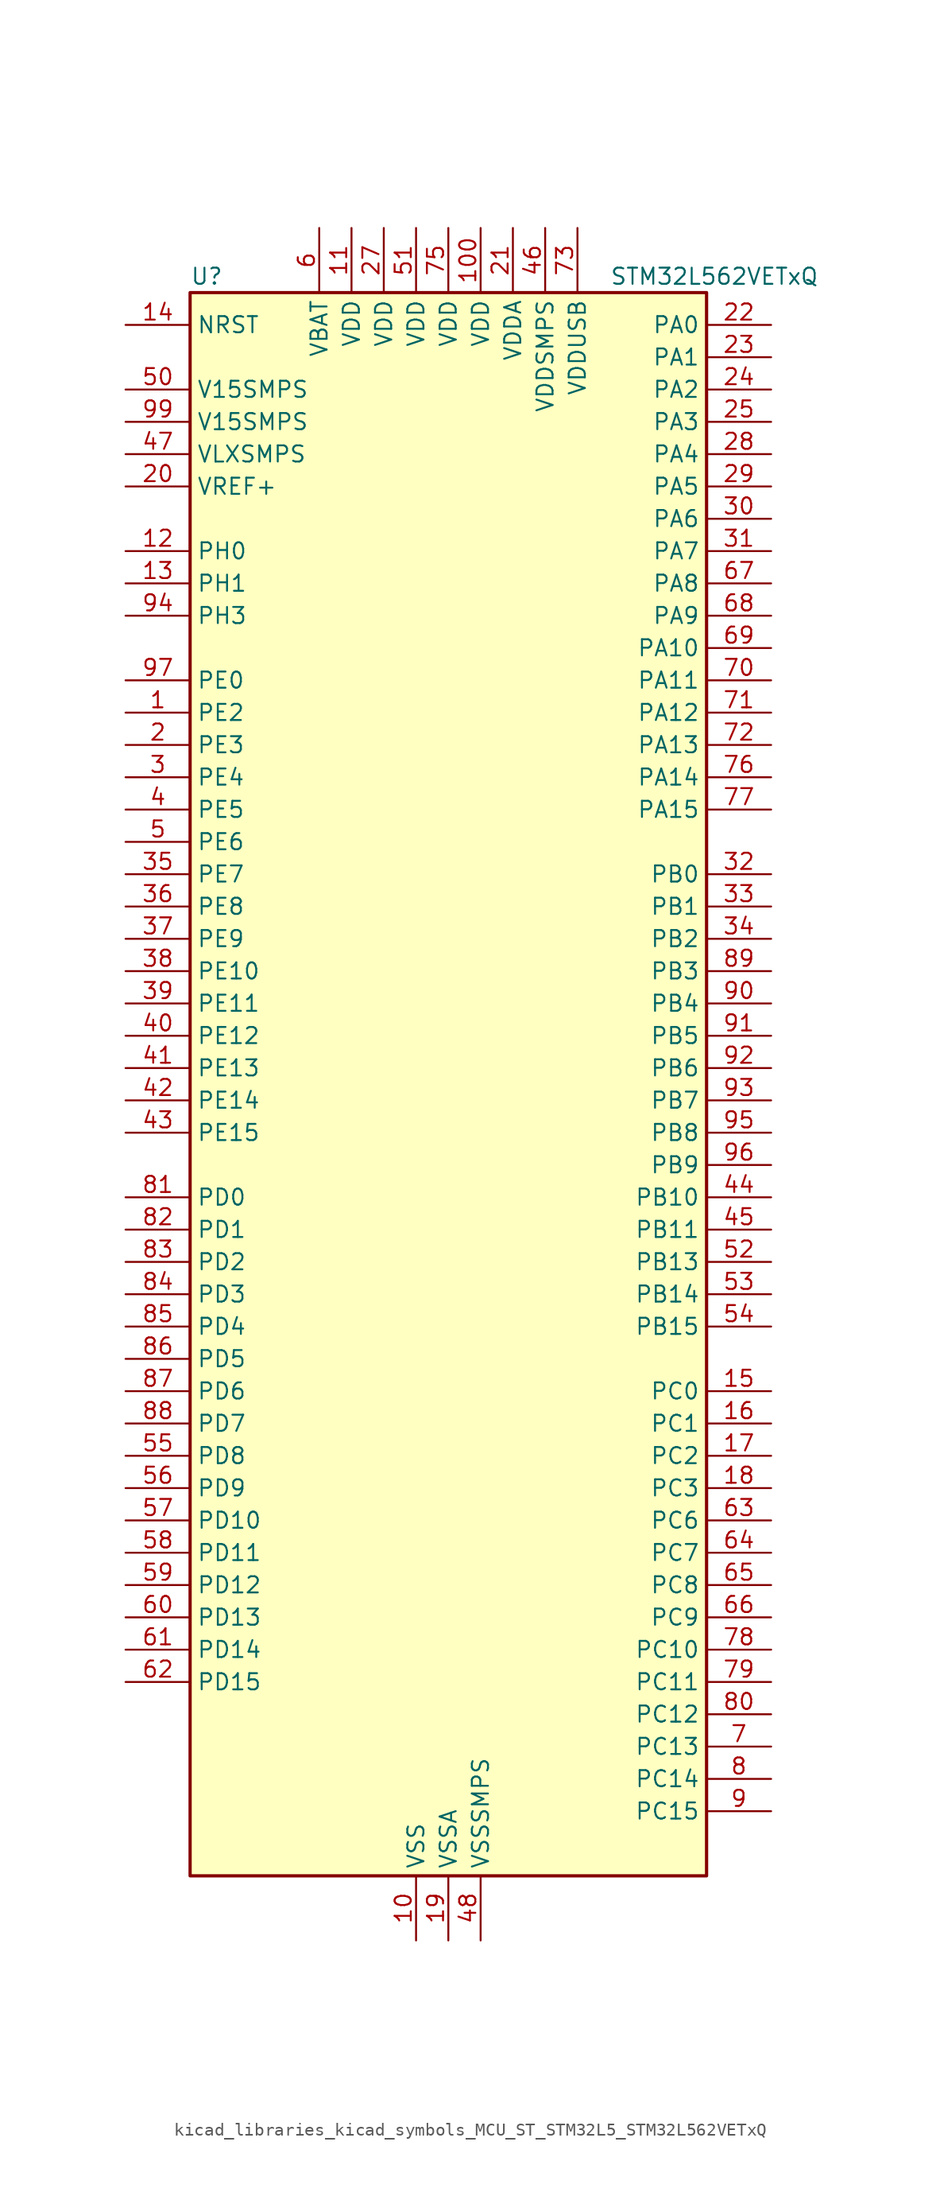
<source format=kicad_sym>
(kicad_symbol_lib
  (version 20220914)
  (generator kicad_symbol_editor)
  (symbol "kicad_libraries_kicad_symbols_MCU_ST_STM32L5_STM32L562VETxQ"
    (property "Reference" "U"
      (at -20.32 64.77 0)
      (effects (font (size 1.27 1.27)) (justify left)))
    (property "Value" "STM32L562VETxQ"
      (at 12.7 64.77 0)
      (effects (font (size 1.27 1.27)) (justify left)))
    (property "ki_locked" ""
      (at 0 0 0)
      (effects (font (size 1.27 1.27))))
    (symbol "kicad_libraries_kicad_symbols_MCU_ST_STM32L5_STM32L562VETxQ_0_1"
      (rectangle (start -20.32 -60.96) (end 20.32 63.5) (stroke (width 0.254) (type default)) (fill (type background))))
    (symbol "kicad_libraries_kicad_symbols_MCU_ST_STM32L5_STM32L562VETxQ_1_1"
      (pin bidirectional line (at -25.4 30.48 0) (length 5.08) (name "PE2" (effects (font (size 1.27 1.27)))) (number "1" (effects (font (size 1.27 1.27)))) (alternate "DEBUG_TRACECLK" bidirectional line) (alternate "FMC_A23" bidirectional line) (alternate "SAI1_CK1" bidirectional line) (alternate "SAI1_MCLK_A" bidirectional line) (alternate "TIM3_ETR" bidirectional line) (alternate "TSC_G7_IO1" bidirectional line))
      (pin power_in line (at -2.54 -66.04 90) (length 5.08) (name "VSS" (effects (font (size 1.27 1.27)))) (number "10" (effects (font (size 1.27 1.27)))))
      (pin power_in line (at 2.54 68.58 270) (length 5.08) (name "VDD" (effects (font (size 1.27 1.27)))) (number "100" (effects (font (size 1.27 1.27)))))
      (pin power_in line (at -7.62 68.58 270) (length 5.08) (name "VDD" (effects (font (size 1.27 1.27)))) (number "11" (effects (font (size 1.27 1.27)))))
      (pin bidirectional line (at -25.4 43.18 0) (length 5.08) (name "PH0" (effects (font (size 1.27 1.27)))) (number "12" (effects (font (size 1.27 1.27)))) (alternate "RCC_OSC_IN" bidirectional line))
      (pin bidirectional line (at -25.4 40.64 0) (length 5.08) (name "PH1" (effects (font (size 1.27 1.27)))) (number "13" (effects (font (size 1.27 1.27)))) (alternate "RCC_OSC_OUT" bidirectional line))
      (pin input line (at -25.4 60.96 0) (length 5.08) (name "NRST" (effects (font (size 1.27 1.27)))) (number "14" (effects (font (size 1.27 1.27)))))
      (pin bidirectional line (at 25.4 -22.86 180) (length 5.08) (name "PC0" (effects (font (size 1.27 1.27)))) (number "15" (effects (font (size 1.27 1.27)))) (alternate "ADC1_IN1" bidirectional line) (alternate "ADC2_IN1" bidirectional line) (alternate "I2C3_SCL" bidirectional line) (alternate "LPTIM1_IN1" bidirectional line) (alternate "LPTIM2_IN1" bidirectional line) (alternate "LPUART1_RX" bidirectional line) (alternate "OCTOSPI1_IO7" bidirectional line) (alternate "SAI2_FS_A" bidirectional line) (alternate "SDMMC1_D5" bidirectional line))
      (pin bidirectional line (at 25.4 -25.4 180) (length 5.08) (name "PC1" (effects (font (size 1.27 1.27)))) (number "16" (effects (font (size 1.27 1.27)))) (alternate "ADC1_IN2" bidirectional line) (alternate "ADC2_IN2" bidirectional line) (alternate "DEBUG_TRACED0" bidirectional line) (alternate "I2C3_SDA" bidirectional line) (alternate "LPTIM1_OUT" bidirectional line) (alternate "LPUART1_TX" bidirectional line) (alternate "OCTOSPI1_IO4" bidirectional line) (alternate "SAI1_SD_A" bidirectional line) (alternate "SPI2_MOSI" bidirectional line))
      (pin bidirectional line (at 25.4 -27.94 180) (length 5.08) (name "PC2" (effects (font (size 1.27 1.27)))) (number "17" (effects (font (size 1.27 1.27)))) (alternate "ADC1_IN3" bidirectional line) (alternate "ADC2_IN3" bidirectional line) (alternate "DFSDM1_CKOUT" bidirectional line) (alternate "LPTIM1_IN2" bidirectional line) (alternate "OCTOSPI1_IO5" bidirectional line) (alternate "SPI2_MISO" bidirectional line))
      (pin bidirectional line (at 25.4 -30.48 180) (length 5.08) (name "PC3" (effects (font (size 1.27 1.27)))) (number "18" (effects (font (size 1.27 1.27)))) (alternate "ADC1_IN4" bidirectional line) (alternate "ADC2_IN4" bidirectional line) (alternate "LPTIM1_ETR" bidirectional line) (alternate "LPTIM2_ETR" bidirectional line) (alternate "LPTIM3_OUT" bidirectional line) (alternate "OCTOSPI1_IO6" bidirectional line) (alternate "SAI1_D1" bidirectional line) (alternate "SAI1_SD_A" bidirectional line) (alternate "SPI2_MOSI" bidirectional line))
      (pin power_in line (at 0 -66.04 90) (length 5.08) (name "VSSA" (effects (font (size 1.27 1.27)))) (number "19" (effects (font (size 1.27 1.27)))))
      (pin bidirectional line (at -25.4 27.94 0) (length 5.08) (name "PE3" (effects (font (size 1.27 1.27)))) (number "2" (effects (font (size 1.27 1.27)))) (alternate "DEBUG_TRACED0" bidirectional line) (alternate "FMC_A19" bidirectional line) (alternate "OCTOSPI1_DQS" bidirectional line) (alternate "SAI1_SD_B" bidirectional line) (alternate "TIM3_CH1" bidirectional line) (alternate "TSC_G7_IO2" bidirectional line))
      (pin input line (at -25.4 48.26 0) (length 5.08) (name "VREF+" (effects (font (size 1.27 1.27)))) (number "20" (effects (font (size 1.27 1.27)))))
      (pin power_in line (at 5.08 68.58 270) (length 5.08) (name "VDDA" (effects (font (size 1.27 1.27)))) (number "21" (effects (font (size 1.27 1.27)))))
      (pin bidirectional line (at 25.4 60.96 180) (length 5.08) (name "PA0" (effects (font (size 1.27 1.27)))) (number "22" (effects (font (size 1.27 1.27)))) (alternate "ADC1_IN5" bidirectional line) (alternate "ADC2_IN5" bidirectional line) (alternate "OPAMP1_VINP" bidirectional line) (alternate "PWR_WKUP1" bidirectional line) (alternate "SAI1_EXTCLK" bidirectional line) (alternate "TAMP_IN2" bidirectional line) (alternate "TAMP_OUT1" bidirectional line) (alternate "TIM2_CH1" bidirectional line) (alternate "TIM2_ETR" bidirectional line) (alternate "TIM5_CH1" bidirectional line) (alternate "TIM8_ETR" bidirectional line) (alternate "UART4_TX" bidirectional line) (alternate "USART2_CTS" bidirectional line) (alternate "USART2_NSS" bidirectional line))
      (pin bidirectional line (at 25.4 58.42 180) (length 5.08) (name "PA1" (effects (font (size 1.27 1.27)))) (number "23" (effects (font (size 1.27 1.27)))) (alternate "ADC1_IN6" bidirectional line) (alternate "ADC2_IN6" bidirectional line) (alternate "I2C1_SMBA" bidirectional line) (alternate "OCTOSPI1_DQS" bidirectional line) (alternate "OPAMP1_VINM" bidirectional line) (alternate "SPI1_SCK" bidirectional line) (alternate "TAMP_IN5" bidirectional line) (alternate "TAMP_OUT4" bidirectional line) (alternate "TIM15_CH1N" bidirectional line) (alternate "TIM2_CH2" bidirectional line) (alternate "TIM5_CH2" bidirectional line) (alternate "UART4_RX" bidirectional line) (alternate "USART2_DE" bidirectional line) (alternate "USART2_RTS" bidirectional line))
      (pin bidirectional line (at 25.4 55.88 180) (length 5.08) (name "PA2" (effects (font (size 1.27 1.27)))) (number "24" (effects (font (size 1.27 1.27)))) (alternate "ADC1_IN7" bidirectional line) (alternate "ADC2_IN7" bidirectional line) (alternate "COMP1_INP" bidirectional line) (alternate "LPUART1_TX" bidirectional line) (alternate "OCTOSPI1_NCS" bidirectional line) (alternate "PWR_WKUP4" bidirectional line) (alternate "RCC_LSCO" bidirectional line) (alternate "SAI2_EXTCLK" bidirectional line) (alternate "TIM15_CH1" bidirectional line) (alternate "TIM2_CH3" bidirectional line) (alternate "TIM5_CH3" bidirectional line) (alternate "UCPD1_FRSTX1" bidirectional line) (alternate "USART2_TX" bidirectional line))
      (pin bidirectional line (at 25.4 53.34 180) (length 5.08) (name "PA3" (effects (font (size 1.27 1.27)))) (number "25" (effects (font (size 1.27 1.27)))) (alternate "ADC1_IN8" bidirectional line) (alternate "ADC2_IN8" bidirectional line) (alternate "LPUART1_RX" bidirectional line) (alternate "OCTOSPI1_CLK" bidirectional line) (alternate "OPAMP1_VOUT" bidirectional line) (alternate "SAI1_CK1" bidirectional line) (alternate "SAI1_MCLK_A" bidirectional line) (alternate "TIM15_CH2" bidirectional line) (alternate "TIM2_CH4" bidirectional line) (alternate "TIM5_CH4" bidirectional line) (alternate "USART2_RX" bidirectional line))
      (pin passive line (at -2.54 -66.04 90) (length 5.08) hide (name "VSS" (effects (font (size 1.27 1.27)))) (number "26" (effects (font (size 1.27 1.27)))))
      (pin power_in line (at -5.08 68.58 270) (length 5.08) (name "VDD" (effects (font (size 1.27 1.27)))) (number "27" (effects (font (size 1.27 1.27)))))
      (pin bidirectional line (at 25.4 50.8 180) (length 5.08) (name "PA4" (effects (font (size 1.27 1.27)))) (number "28" (effects (font (size 1.27 1.27)))) (alternate "ADC1_IN9" bidirectional line) (alternate "ADC2_IN9" bidirectional line) (alternate "DAC1_OUT1" bidirectional line) (alternate "LPTIM2_OUT" bidirectional line) (alternate "OCTOSPI1_NCS" bidirectional line) (alternate "SAI1_FS_B" bidirectional line) (alternate "SPI1_NSS" bidirectional line) (alternate "SPI3_NSS" bidirectional line) (alternate "USART2_CK" bidirectional line))
      (pin bidirectional line (at 25.4 48.26 180) (length 5.08) (name "PA5" (effects (font (size 1.27 1.27)))) (number "29" (effects (font (size 1.27 1.27)))) (alternate "ADC1_IN10" bidirectional line) (alternate "ADC2_IN10" bidirectional line) (alternate "DAC1_OUT2" bidirectional line) (alternate "LPTIM2_ETR" bidirectional line) (alternate "SPI1_SCK" bidirectional line) (alternate "TIM2_CH1" bidirectional line) (alternate "TIM2_ETR" bidirectional line) (alternate "TIM8_CH1N" bidirectional line))
      (pin bidirectional line (at -25.4 25.4 0) (length 5.08) (name "PE4" (effects (font (size 1.27 1.27)))) (number "3" (effects (font (size 1.27 1.27)))) (alternate "DEBUG_TRACED1" bidirectional line) (alternate "DFSDM1_DATIN3" bidirectional line) (alternate "FMC_A20" bidirectional line) (alternate "SAI1_D2" bidirectional line) (alternate "SAI1_FS_A" bidirectional line) (alternate "TIM3_CH2" bidirectional line) (alternate "TSC_G7_IO3" bidirectional line))
      (pin bidirectional line (at 25.4 45.72 180) (length 5.08) (name "PA6" (effects (font (size 1.27 1.27)))) (number "30" (effects (font (size 1.27 1.27)))) (alternate "ADC1_IN11" bidirectional line) (alternate "ADC2_IN11" bidirectional line) (alternate "LPUART1_CTS" bidirectional line) (alternate "OCTOSPI1_IO3" bidirectional line) (alternate "OPAMP2_VINP" bidirectional line) (alternate "SPI1_MISO" bidirectional line) (alternate "TIM16_CH1" bidirectional line) (alternate "TIM1_BKIN" bidirectional line) (alternate "TIM3_CH1" bidirectional line) (alternate "TIM8_BKIN" bidirectional line) (alternate "USART3_CTS" bidirectional line) (alternate "USART3_NSS" bidirectional line))
      (pin bidirectional line (at 25.4 43.18 180) (length 5.08) (name "PA7" (effects (font (size 1.27 1.27)))) (number "31" (effects (font (size 1.27 1.27)))) (alternate "ADC1_IN12" bidirectional line) (alternate "ADC2_IN12" bidirectional line) (alternate "I2C3_SCL" bidirectional line) (alternate "OCTOSPI1_IO2" bidirectional line) (alternate "OPAMP2_VINM" bidirectional line) (alternate "SPI1_MOSI" bidirectional line) (alternate "TIM17_CH1" bidirectional line) (alternate "TIM1_CH1N" bidirectional line) (alternate "TIM3_CH2" bidirectional line) (alternate "TIM8_CH1N" bidirectional line))
      (pin bidirectional line (at 25.4 17.78 180) (length 5.08) (name "PB0" (effects (font (size 1.27 1.27)))) (number "32" (effects (font (size 1.27 1.27)))) (alternate "ADC1_IN15" bidirectional line) (alternate "ADC2_IN15" bidirectional line) (alternate "COMP1_OUT" bidirectional line) (alternate "OCTOSPI1_IO1" bidirectional line) (alternate "OPAMP2_VOUT" bidirectional line) (alternate "SAI1_EXTCLK" bidirectional line) (alternate "SPI1_NSS" bidirectional line) (alternate "TIM1_CH2N" bidirectional line) (alternate "TIM3_CH3" bidirectional line) (alternate "TIM8_CH2N" bidirectional line) (alternate "USART3_CK" bidirectional line))
      (pin bidirectional line (at 25.4 15.24 180) (length 5.08) (name "PB1" (effects (font (size 1.27 1.27)))) (number "33" (effects (font (size 1.27 1.27)))) (alternate "ADC1_IN16" bidirectional line) (alternate "ADC2_IN16" bidirectional line) (alternate "COMP1_INM" bidirectional line) (alternate "DFSDM1_DATIN0" bidirectional line) (alternate "LPTIM2_IN1" bidirectional line) (alternate "LPUART1_DE" bidirectional line) (alternate "LPUART1_RTS" bidirectional line) (alternate "OCTOSPI1_IO0" bidirectional line) (alternate "TIM1_CH3N" bidirectional line) (alternate "TIM3_CH4" bidirectional line) (alternate "TIM8_CH3N" bidirectional line) (alternate "USART3_DE" bidirectional line) (alternate "USART3_RTS" bidirectional line))
      (pin bidirectional line (at 25.4 12.7 180) (length 5.08) (name "PB2" (effects (font (size 1.27 1.27)))) (number "34" (effects (font (size 1.27 1.27)))) (alternate "COMP1_INP" bidirectional line) (alternate "DFSDM1_CKIN0" bidirectional line) (alternate "I2C3_SMBA" bidirectional line) (alternate "LPTIM1_OUT" bidirectional line) (alternate "OCTOSPI1_DQS" bidirectional line) (alternate "RTC_OUT2" bidirectional line) (alternate "UCPD1_FRSTX1" bidirectional line))
      (pin bidirectional line (at -25.4 17.78 0) (length 5.08) (name "PE7" (effects (font (size 1.27 1.27)))) (number "35" (effects (font (size 1.27 1.27)))) (alternate "DFSDM1_DATIN2" bidirectional line) (alternate "FMC_D4" bidirectional line) (alternate "FMC_DA4" bidirectional line) (alternate "SAI1_SD_B" bidirectional line) (alternate "TIM1_ETR" bidirectional line))
      (pin bidirectional line (at -25.4 15.24 0) (length 5.08) (name "PE8" (effects (font (size 1.27 1.27)))) (number "36" (effects (font (size 1.27 1.27)))) (alternate "DFSDM1_CKIN2" bidirectional line) (alternate "FMC_D5" bidirectional line) (alternate "FMC_DA5" bidirectional line) (alternate "SAI1_SCK_B" bidirectional line) (alternate "TIM1_CH1N" bidirectional line))
      (pin bidirectional line (at -25.4 12.7 0) (length 5.08) (name "PE9" (effects (font (size 1.27 1.27)))) (number "37" (effects (font (size 1.27 1.27)))) (alternate "DAC1_EXTI9" bidirectional line) (alternate "DFSDM1_CKOUT" bidirectional line) (alternate "FMC_D6" bidirectional line) (alternate "FMC_DA6" bidirectional line) (alternate "OCTOSPI1_NCLK" bidirectional line) (alternate "SAI1_FS_B" bidirectional line) (alternate "TIM1_CH1" bidirectional line))
      (pin bidirectional line (at -25.4 10.16 0) (length 5.08) (name "PE10" (effects (font (size 1.27 1.27)))) (number "38" (effects (font (size 1.27 1.27)))) (alternate "FMC_D7" bidirectional line) (alternate "FMC_DA7" bidirectional line) (alternate "OCTOSPI1_CLK" bidirectional line) (alternate "SAI1_MCLK_B" bidirectional line) (alternate "TIM1_CH2N" bidirectional line) (alternate "TSC_G5_IO1" bidirectional line))
      (pin bidirectional line (at -25.4 7.62 0) (length 5.08) (name "PE11" (effects (font (size 1.27 1.27)))) (number "39" (effects (font (size 1.27 1.27)))) (alternate "ADC1_EXTI11" bidirectional line) (alternate "ADC2_EXTI11" bidirectional line) (alternate "FMC_D8" bidirectional line) (alternate "FMC_DA8" bidirectional line) (alternate "OCTOSPI1_NCS" bidirectional line) (alternate "TIM1_CH2" bidirectional line) (alternate "TSC_G5_IO2" bidirectional line))
      (pin bidirectional line (at -25.4 22.86 0) (length 5.08) (name "PE5" (effects (font (size 1.27 1.27)))) (number "4" (effects (font (size 1.27 1.27)))) (alternate "DEBUG_TRACED2" bidirectional line) (alternate "DFSDM1_CKIN3" bidirectional line) (alternate "FMC_A21" bidirectional line) (alternate "SAI1_CK2" bidirectional line) (alternate "SAI1_SCK_A" bidirectional line) (alternate "TIM3_CH3" bidirectional line) (alternate "TSC_G7_IO4" bidirectional line))
      (pin bidirectional line (at -25.4 5.08 0) (length 5.08) (name "PE12" (effects (font (size 1.27 1.27)))) (number "40" (effects (font (size 1.27 1.27)))) (alternate "FMC_D9" bidirectional line) (alternate "FMC_DA9" bidirectional line) (alternate "OCTOSPI1_IO0" bidirectional line) (alternate "SPI1_NSS" bidirectional line) (alternate "TIM1_CH3N" bidirectional line) (alternate "TSC_G5_IO3" bidirectional line))
      (pin bidirectional line (at -25.4 2.54 0) (length 5.08) (name "PE13" (effects (font (size 1.27 1.27)))) (number "41" (effects (font (size 1.27 1.27)))) (alternate "FMC_D10" bidirectional line) (alternate "FMC_DA10" bidirectional line) (alternate "OCTOSPI1_IO1" bidirectional line) (alternate "SPI1_SCK" bidirectional line) (alternate "TIM1_CH3" bidirectional line) (alternate "TSC_G5_IO4" bidirectional line))
      (pin bidirectional line (at -25.4 0 0) (length 5.08) (name "PE14" (effects (font (size 1.27 1.27)))) (number "42" (effects (font (size 1.27 1.27)))) (alternate "FMC_D11" bidirectional line) (alternate "FMC_DA11" bidirectional line) (alternate "OCTOSPI1_IO2" bidirectional line) (alternate "SPI1_MISO" bidirectional line) (alternate "TIM1_BKIN2" bidirectional line) (alternate "TIM1_CH4" bidirectional line))
      (pin bidirectional line (at -25.4 -2.54 0) (length 5.08) (name "PE15" (effects (font (size 1.27 1.27)))) (number "43" (effects (font (size 1.27 1.27)))) (alternate "ADC1_EXTI15" bidirectional line) (alternate "ADC2_EXTI15" bidirectional line) (alternate "FMC_D12" bidirectional line) (alternate "FMC_DA12" bidirectional line) (alternate "OCTOSPI1_IO3" bidirectional line) (alternate "SPI1_MOSI" bidirectional line) (alternate "TIM1_BKIN" bidirectional line))
      (pin bidirectional line (at 25.4 -7.62 180) (length 5.08) (name "PB10" (effects (font (size 1.27 1.27)))) (number "44" (effects (font (size 1.27 1.27)))) (alternate "COMP1_OUT" bidirectional line) (alternate "I2C2_SCL" bidirectional line) (alternate "I2C4_SCL" bidirectional line) (alternate "LPTIM3_OUT" bidirectional line) (alternate "LPUART1_RX" bidirectional line) (alternate "OCTOSPI1_CLK" bidirectional line) (alternate "SAI1_SCK_A" bidirectional line) (alternate "SPI2_SCK" bidirectional line) (alternate "TIM2_CH3" bidirectional line) (alternate "TSC_SYNC" bidirectional line) (alternate "USART3_TX" bidirectional line))
      (pin bidirectional line (at 25.4 -10.16 180) (length 5.08) (name "PB11" (effects (font (size 1.27 1.27)))) (number "45" (effects (font (size 1.27 1.27)))) (alternate "ADC1_EXTI11" bidirectional line) (alternate "ADC2_EXTI11" bidirectional line) (alternate "COMP2_OUT" bidirectional line) (alternate "I2C2_SDA" bidirectional line) (alternate "I2C4_SDA" bidirectional line) (alternate "LPUART1_TX" bidirectional line) (alternate "OCTOSPI1_NCS" bidirectional line) (alternate "TIM2_CH4" bidirectional line) (alternate "USART3_RX" bidirectional line))
      (pin power_in line (at 7.62 68.58 270) (length 5.08) (name "VDDSMPS" (effects (font (size 1.27 1.27)))) (number "46" (effects (font (size 1.27 1.27)))))
      (pin power_in line (at -25.4 50.8 0) (length 5.08) (name "VLXSMPS" (effects (font (size 1.27 1.27)))) (number "47" (effects (font (size 1.27 1.27)))))
      (pin power_in line (at 2.54 -66.04 90) (length 5.08) (name "VSSSMPS" (effects (font (size 1.27 1.27)))) (number "48" (effects (font (size 1.27 1.27)))))
      (pin passive line (at -2.54 -66.04 90) (length 5.08) hide (name "VSS" (effects (font (size 1.27 1.27)))) (number "49" (effects (font (size 1.27 1.27)))))
      (pin bidirectional line (at -25.4 20.32 0) (length 5.08) (name "PE6" (effects (font (size 1.27 1.27)))) (number "5" (effects (font (size 1.27 1.27)))) (alternate "DEBUG_TRACED3" bidirectional line) (alternate "FMC_A22" bidirectional line) (alternate "PWR_WKUP3" bidirectional line) (alternate "SAI1_D1" bidirectional line) (alternate "SAI1_SD_A" bidirectional line) (alternate "TAMP_IN3" bidirectional line) (alternate "TAMP_OUT6" bidirectional line) (alternate "TIM3_CH4" bidirectional line))
      (pin power_in line (at -25.4 55.88 0) (length 5.08) (name "V15SMPS" (effects (font (size 1.27 1.27)))) (number "50" (effects (font (size 1.27 1.27)))))
      (pin power_in line (at -2.54 68.58 270) (length 5.08) (name "VDD" (effects (font (size 1.27 1.27)))) (number "51" (effects (font (size 1.27 1.27)))))
      (pin bidirectional line (at 25.4 -12.7 180) (length 5.08) (name "PB13" (effects (font (size 1.27 1.27)))) (number "52" (effects (font (size 1.27 1.27)))) (alternate "DFSDM1_CKIN1" bidirectional line) (alternate "I2C2_SCL" bidirectional line) (alternate "LPTIM3_IN1" bidirectional line) (alternate "LPUART1_CTS" bidirectional line) (alternate "SAI2_SCK_A" bidirectional line) (alternate "SPI2_SCK" bidirectional line) (alternate "TIM15_CH1N" bidirectional line) (alternate "TIM1_CH1N" bidirectional line) (alternate "TSC_G1_IO2" bidirectional line) (alternate "UCPD1_FRSTX2" bidirectional line) (alternate "USART3_CTS" bidirectional line) (alternate "USART3_NSS" bidirectional line))
      (pin bidirectional line (at 25.4 -15.24 180) (length 5.08) (name "PB14" (effects (font (size 1.27 1.27)))) (number "53" (effects (font (size 1.27 1.27)))) (alternate "DFSDM1_DATIN2" bidirectional line) (alternate "I2C2_SDA" bidirectional line) (alternate "LPTIM3_ETR" bidirectional line) (alternate "SAI2_MCLK_A" bidirectional line) (alternate "SPI2_MISO" bidirectional line) (alternate "TIM15_CH1" bidirectional line) (alternate "TIM1_CH2N" bidirectional line) (alternate "TIM8_CH2N" bidirectional line) (alternate "TSC_G1_IO3" bidirectional line) (alternate "UCPD1_DBCC2" bidirectional line) (alternate "USART3_DE" bidirectional line) (alternate "USART3_RTS" bidirectional line))
      (pin bidirectional line (at 25.4 -17.78 180) (length 5.08) (name "PB15" (effects (font (size 1.27 1.27)))) (number "54" (effects (font (size 1.27 1.27)))) (alternate "ADC1_EXTI15" bidirectional line) (alternate "ADC2_EXTI15" bidirectional line) (alternate "DFSDM1_CKIN2" bidirectional line) (alternate "RTC_REFIN" bidirectional line) (alternate "SAI2_SD_A" bidirectional line) (alternate "SPI2_MOSI" bidirectional line) (alternate "TIM15_CH2" bidirectional line) (alternate "TIM1_CH3N" bidirectional line) (alternate "TIM8_CH3N" bidirectional line) (alternate "UCPD1_CC2" bidirectional line))
      (pin bidirectional line (at -25.4 -27.94 0) (length 5.08) (name "PD8" (effects (font (size 1.27 1.27)))) (number "55" (effects (font (size 1.27 1.27)))) (alternate "FMC_D13" bidirectional line) (alternate "FMC_DA13" bidirectional line) (alternate "USART3_TX" bidirectional line))
      (pin bidirectional line (at -25.4 -30.48 0) (length 5.08) (name "PD9" (effects (font (size 1.27 1.27)))) (number "56" (effects (font (size 1.27 1.27)))) (alternate "DAC1_EXTI9" bidirectional line) (alternate "FMC_D14" bidirectional line) (alternate "FMC_DA14" bidirectional line) (alternate "SAI2_MCLK_A" bidirectional line) (alternate "USART3_RX" bidirectional line))
      (pin bidirectional line (at -25.4 -33.02 0) (length 5.08) (name "PD10" (effects (font (size 1.27 1.27)))) (number "57" (effects (font (size 1.27 1.27)))) (alternate "FMC_D15" bidirectional line) (alternate "FMC_DA15" bidirectional line) (alternate "SAI2_SCK_A" bidirectional line) (alternate "TSC_G6_IO1" bidirectional line) (alternate "USART3_CK" bidirectional line))
      (pin bidirectional line (at -25.4 -35.56 0) (length 5.08) (name "PD11" (effects (font (size 1.27 1.27)))) (number "58" (effects (font (size 1.27 1.27)))) (alternate "ADC1_EXTI11" bidirectional line) (alternate "ADC2_EXTI11" bidirectional line) (alternate "FMC_A16" bidirectional line) (alternate "FMC_CLE" bidirectional line) (alternate "I2C4_SMBA" bidirectional line) (alternate "LPTIM2_ETR" bidirectional line) (alternate "SAI2_SD_A" bidirectional line) (alternate "TSC_G6_IO2" bidirectional line) (alternate "USART3_CTS" bidirectional line) (alternate "USART3_NSS" bidirectional line))
      (pin bidirectional line (at -25.4 -38.1 0) (length 5.08) (name "PD12" (effects (font (size 1.27 1.27)))) (number "59" (effects (font (size 1.27 1.27)))) (alternate "FMC_A17" bidirectional line) (alternate "FMC_ALE" bidirectional line) (alternate "I2C4_SCL" bidirectional line) (alternate "LPTIM2_IN1" bidirectional line) (alternate "SAI2_FS_A" bidirectional line) (alternate "TIM4_CH1" bidirectional line) (alternate "TSC_G6_IO3" bidirectional line) (alternate "USART3_DE" bidirectional line) (alternate "USART3_RTS" bidirectional line))
      (pin power_in line (at -10.16 68.58 270) (length 5.08) (name "VBAT" (effects (font (size 1.27 1.27)))) (number "6" (effects (font (size 1.27 1.27)))))
      (pin bidirectional line (at -25.4 -40.64 0) (length 5.08) (name "PD13" (effects (font (size 1.27 1.27)))) (number "60" (effects (font (size 1.27 1.27)))) (alternate "FMC_A18" bidirectional line) (alternate "I2C4_SDA" bidirectional line) (alternate "LPTIM2_OUT" bidirectional line) (alternate "TIM4_CH2" bidirectional line) (alternate "TSC_G6_IO4" bidirectional line))
      (pin bidirectional line (at -25.4 -43.18 0) (length 5.08) (name "PD14" (effects (font (size 1.27 1.27)))) (number "61" (effects (font (size 1.27 1.27)))) (alternate "FMC_D0" bidirectional line) (alternate "FMC_DA0" bidirectional line) (alternate "TIM4_CH3" bidirectional line))
      (pin bidirectional line (at -25.4 -45.72 0) (length 5.08) (name "PD15" (effects (font (size 1.27 1.27)))) (number "62" (effects (font (size 1.27 1.27)))) (alternate "ADC1_EXTI15" bidirectional line) (alternate "ADC2_EXTI15" bidirectional line) (alternate "FMC_D1" bidirectional line) (alternate "FMC_DA1" bidirectional line) (alternate "TIM4_CH4" bidirectional line))
      (pin bidirectional line (at 25.4 -33.02 180) (length 5.08) (name "PC6" (effects (font (size 1.27 1.27)))) (number "63" (effects (font (size 1.27 1.27)))) (alternate "DFSDM1_CKIN3" bidirectional line) (alternate "SAI2_MCLK_A" bidirectional line) (alternate "SDMMC1_D0DIR" bidirectional line) (alternate "SDMMC1_D6" bidirectional line) (alternate "TIM3_CH1" bidirectional line) (alternate "TIM8_CH1" bidirectional line) (alternate "TSC_G4_IO1" bidirectional line))
      (pin bidirectional line (at 25.4 -35.56 180) (length 5.08) (name "PC7" (effects (font (size 1.27 1.27)))) (number "64" (effects (font (size 1.27 1.27)))) (alternate "DFSDM1_DATIN3" bidirectional line) (alternate "SAI2_MCLK_B" bidirectional line) (alternate "SDMMC1_D123DIR" bidirectional line) (alternate "SDMMC1_D7" bidirectional line) (alternate "TIM3_CH2" bidirectional line) (alternate "TIM8_CH2" bidirectional line) (alternate "TSC_G4_IO2" bidirectional line))
      (pin bidirectional line (at 25.4 -38.1 180) (length 5.08) (name "PC8" (effects (font (size 1.27 1.27)))) (number "65" (effects (font (size 1.27 1.27)))) (alternate "SDMMC1_D0" bidirectional line) (alternate "TIM3_CH3" bidirectional line) (alternate "TIM8_CH3" bidirectional line) (alternate "TSC_G4_IO3" bidirectional line))
      (pin bidirectional line (at 25.4 -40.64 180) (length 5.08) (name "PC9" (effects (font (size 1.27 1.27)))) (number "66" (effects (font (size 1.27 1.27)))) (alternate "DAC1_EXTI9" bidirectional line) (alternate "DEBUG_TRACED0" bidirectional line) (alternate "SAI2_EXTCLK" bidirectional line) (alternate "SDMMC1_D1" bidirectional line) (alternate "TIM3_CH4" bidirectional line) (alternate "TIM8_BKIN2" bidirectional line) (alternate "TIM8_CH4" bidirectional line) (alternate "TSC_G4_IO4" bidirectional line) (alternate "USB_NOE" bidirectional line))
      (pin bidirectional line (at 25.4 40.64 180) (length 5.08) (name "PA8" (effects (font (size 1.27 1.27)))) (number "67" (effects (font (size 1.27 1.27)))) (alternate "LPTIM2_OUT" bidirectional line) (alternate "RCC_MCO" bidirectional line) (alternate "SAI1_CK2" bidirectional line) (alternate "SAI1_SCK_A" bidirectional line) (alternate "TIM1_CH1" bidirectional line) (alternate "USART1_CK" bidirectional line))
      (pin bidirectional line (at 25.4 38.1 180) (length 5.08) (name "PA9" (effects (font (size 1.27 1.27)))) (number "68" (effects (font (size 1.27 1.27)))) (alternate "DAC1_EXTI9" bidirectional line) (alternate "SAI1_FS_A" bidirectional line) (alternate "SPI2_SCK" bidirectional line) (alternate "TIM15_BKIN" bidirectional line) (alternate "TIM1_CH2" bidirectional line) (alternate "USART1_TX" bidirectional line))
      (pin bidirectional line (at 25.4 35.56 180) (length 5.08) (name "PA10" (effects (font (size 1.27 1.27)))) (number "69" (effects (font (size 1.27 1.27)))) (alternate "CRS_SYNC" bidirectional line) (alternate "SAI1_D1" bidirectional line) (alternate "SAI1_SD_A" bidirectional line) (alternate "TIM17_BKIN" bidirectional line) (alternate "TIM1_CH3" bidirectional line) (alternate "USART1_RX" bidirectional line))
      (pin bidirectional line (at 25.4 -50.8 180) (length 5.08) (name "PC13" (effects (font (size 1.27 1.27)))) (number "7" (effects (font (size 1.27 1.27)))) (alternate "PWR_WKUP2" bidirectional line) (alternate "RTC_OUT1" bidirectional line) (alternate "RTC_TS" bidirectional line) (alternate "TAMP_IN1" bidirectional line) (alternate "TAMP_OUT2" bidirectional line))
      (pin bidirectional line (at 25.4 33.02 180) (length 5.08) (name "PA11" (effects (font (size 1.27 1.27)))) (number "70" (effects (font (size 1.27 1.27)))) (alternate "ADC1_EXTI11" bidirectional line) (alternate "ADC2_EXTI11" bidirectional line) (alternate "FDCAN1_RX" bidirectional line) (alternate "SPI1_MISO" bidirectional line) (alternate "TIM1_BKIN2" bidirectional line) (alternate "TIM1_CH4" bidirectional line) (alternate "USART1_CTS" bidirectional line) (alternate "USART1_NSS" bidirectional line) (alternate "USB_DM" bidirectional line))
      (pin bidirectional line (at 25.4 30.48 180) (length 5.08) (name "PA12" (effects (font (size 1.27 1.27)))) (number "71" (effects (font (size 1.27 1.27)))) (alternate "FDCAN1_TX" bidirectional line) (alternate "SPI1_MOSI" bidirectional line) (alternate "TIM1_ETR" bidirectional line) (alternate "USART1_DE" bidirectional line) (alternate "USART1_RTS" bidirectional line) (alternate "USB_DP" bidirectional line))
      (pin bidirectional line (at 25.4 27.94 180) (length 5.08) (name "PA13" (effects (font (size 1.27 1.27)))) (number "72" (effects (font (size 1.27 1.27)))) (alternate "DEBUG_JTMS-SWDIO" bidirectional line) (alternate "IR_OUT" bidirectional line) (alternate "SAI1_SD_B" bidirectional line) (alternate "USB_NOE" bidirectional line))
      (pin power_in line (at 10.16 68.58 270) (length 5.08) (name "VDDUSB" (effects (font (size 1.27 1.27)))) (number "73" (effects (font (size 1.27 1.27)))))
      (pin passive line (at -2.54 -66.04 90) (length 5.08) hide (name "VSS" (effects (font (size 1.27 1.27)))) (number "74" (effects (font (size 1.27 1.27)))))
      (pin power_in line (at 0 68.58 270) (length 5.08) (name "VDD" (effects (font (size 1.27 1.27)))) (number "75" (effects (font (size 1.27 1.27)))))
      (pin bidirectional line (at 25.4 25.4 180) (length 5.08) (name "PA14" (effects (font (size 1.27 1.27)))) (number "76" (effects (font (size 1.27 1.27)))) (alternate "DEBUG_JTCK-SWCLK" bidirectional line) (alternate "I2C1_SMBA" bidirectional line) (alternate "I2C4_SMBA" bidirectional line) (alternate "LPTIM1_OUT" bidirectional line) (alternate "SAI1_FS_B" bidirectional line))
      (pin bidirectional line (at 25.4 22.86 180) (length 5.08) (name "PA15" (effects (font (size 1.27 1.27)))) (number "77" (effects (font (size 1.27 1.27)))) (alternate "ADC1_EXTI15" bidirectional line) (alternate "ADC2_EXTI15" bidirectional line) (alternate "DEBUG_JTDI" bidirectional line) (alternate "SAI2_FS_B" bidirectional line) (alternate "SPI1_NSS" bidirectional line) (alternate "SPI3_NSS" bidirectional line) (alternate "TIM2_CH1" bidirectional line) (alternate "TIM2_ETR" bidirectional line) (alternate "UART4_DE" bidirectional line) (alternate "UART4_RTS" bidirectional line) (alternate "UCPD1_CC1" bidirectional line) (alternate "USART2_RX" bidirectional line) (alternate "USART3_DE" bidirectional line) (alternate "USART3_RTS" bidirectional line))
      (pin bidirectional line (at 25.4 -43.18 180) (length 5.08) (name "PC10" (effects (font (size 1.27 1.27)))) (number "78" (effects (font (size 1.27 1.27)))) (alternate "DEBUG_TRACED1" bidirectional line) (alternate "LPTIM3_ETR" bidirectional line) (alternate "SAI2_SCK_B" bidirectional line) (alternate "SDMMC1_D2" bidirectional line) (alternate "SPI3_SCK" bidirectional line) (alternate "TSC_G3_IO2" bidirectional line) (alternate "UART4_TX" bidirectional line) (alternate "USART3_TX" bidirectional line))
      (pin bidirectional line (at 25.4 -45.72 180) (length 5.08) (name "PC11" (effects (font (size 1.27 1.27)))) (number "79" (effects (font (size 1.27 1.27)))) (alternate "ADC1_EXTI11" bidirectional line) (alternate "ADC2_EXTI11" bidirectional line) (alternate "LPTIM3_IN1" bidirectional line) (alternate "OCTOSPI1_NCS" bidirectional line) (alternate "SAI2_MCLK_B" bidirectional line) (alternate "SDMMC1_D3" bidirectional line) (alternate "SPI3_MISO" bidirectional line) (alternate "TSC_G3_IO3" bidirectional line) (alternate "UART4_RX" bidirectional line) (alternate "UCPD1_FRSTX2" bidirectional line) (alternate "USART3_RX" bidirectional line))
      (pin bidirectional line (at 25.4 -53.34 180) (length 5.08) (name "PC14" (effects (font (size 1.27 1.27)))) (number "8" (effects (font (size 1.27 1.27)))) (alternate "RCC_OSC32_IN" bidirectional line))
      (pin bidirectional line (at 25.4 -48.26 180) (length 5.08) (name "PC12" (effects (font (size 1.27 1.27)))) (number "80" (effects (font (size 1.27 1.27)))) (alternate "DEBUG_TRACED3" bidirectional line) (alternate "SAI2_SD_B" bidirectional line) (alternate "SDMMC1_CK" bidirectional line) (alternate "SPI3_MOSI" bidirectional line) (alternate "TSC_G3_IO4" bidirectional line) (alternate "UART5_TX" bidirectional line) (alternate "USART3_CK" bidirectional line))
      (pin bidirectional line (at -25.4 -7.62 0) (length 5.08) (name "PD0" (effects (font (size 1.27 1.27)))) (number "81" (effects (font (size 1.27 1.27)))) (alternate "FDCAN1_RX" bidirectional line) (alternate "FMC_D2" bidirectional line) (alternate "FMC_DA2" bidirectional line) (alternate "SPI2_NSS" bidirectional line))
      (pin bidirectional line (at -25.4 -10.16 0) (length 5.08) (name "PD1" (effects (font (size 1.27 1.27)))) (number "82" (effects (font (size 1.27 1.27)))) (alternate "FDCAN1_TX" bidirectional line) (alternate "FMC_D3" bidirectional line) (alternate "FMC_DA3" bidirectional line) (alternate "SPI2_SCK" bidirectional line))
      (pin bidirectional line (at -25.4 -12.7 0) (length 5.08) (name "PD2" (effects (font (size 1.27 1.27)))) (number "83" (effects (font (size 1.27 1.27)))) (alternate "DEBUG_TRACED2" bidirectional line) (alternate "SDMMC1_CMD" bidirectional line) (alternate "TIM3_ETR" bidirectional line) (alternate "TSC_SYNC" bidirectional line) (alternate "UART5_RX" bidirectional line) (alternate "USART3_DE" bidirectional line) (alternate "USART3_RTS" bidirectional line))
      (pin bidirectional line (at -25.4 -15.24 0) (length 5.08) (name "PD3" (effects (font (size 1.27 1.27)))) (number "84" (effects (font (size 1.27 1.27)))) (alternate "DFSDM1_DATIN0" bidirectional line) (alternate "FMC_CLK" bidirectional line) (alternate "SPI2_MISO" bidirectional line) (alternate "SPI2_SCK" bidirectional line) (alternate "USART2_CTS" bidirectional line) (alternate "USART2_NSS" bidirectional line))
      (pin bidirectional line (at -25.4 -17.78 0) (length 5.08) (name "PD4" (effects (font (size 1.27 1.27)))) (number "85" (effects (font (size 1.27 1.27)))) (alternate "DFSDM1_CKIN0" bidirectional line) (alternate "FMC_NOE" bidirectional line) (alternate "OCTOSPI1_IO4" bidirectional line) (alternate "SPI2_MOSI" bidirectional line) (alternate "USART2_DE" bidirectional line) (alternate "USART2_RTS" bidirectional line))
      (pin bidirectional line (at -25.4 -20.32 0) (length 5.08) (name "PD5" (effects (font (size 1.27 1.27)))) (number "86" (effects (font (size 1.27 1.27)))) (alternate "FMC_NWE" bidirectional line) (alternate "OCTOSPI1_IO5" bidirectional line) (alternate "USART2_TX" bidirectional line))
      (pin bidirectional line (at -25.4 -22.86 0) (length 5.08) (name "PD6" (effects (font (size 1.27 1.27)))) (number "87" (effects (font (size 1.27 1.27)))) (alternate "DFSDM1_DATIN1" bidirectional line) (alternate "FMC_NWAIT" bidirectional line) (alternate "OCTOSPI1_IO6" bidirectional line) (alternate "SAI1_D1" bidirectional line) (alternate "SAI1_SD_A" bidirectional line) (alternate "SPI3_MOSI" bidirectional line) (alternate "USART2_RX" bidirectional line))
      (pin bidirectional line (at -25.4 -25.4 0) (length 5.08) (name "PD7" (effects (font (size 1.27 1.27)))) (number "88" (effects (font (size 1.27 1.27)))) (alternate "DFSDM1_CKIN1" bidirectional line) (alternate "FMC_NCE" bidirectional line) (alternate "FMC_NE1" bidirectional line) (alternate "OCTOSPI1_IO7" bidirectional line) (alternate "USART2_CK" bidirectional line))
      (pin bidirectional line (at 25.4 10.16 180) (length 5.08) (name "PB3" (effects (font (size 1.27 1.27)))) (number "89" (effects (font (size 1.27 1.27)))) (alternate "COMP2_INM" bidirectional line) (alternate "CRS_SYNC" bidirectional line) (alternate "DEBUG_JTDO-SWO" bidirectional line) (alternate "SAI1_SCK_B" bidirectional line) (alternate "SPI1_SCK" bidirectional line) (alternate "SPI3_SCK" bidirectional line) (alternate "TIM2_CH2" bidirectional line) (alternate "USART1_DE" bidirectional line) (alternate "USART1_RTS" bidirectional line))
      (pin bidirectional line (at 25.4 -55.88 180) (length 5.08) (name "PC15" (effects (font (size 1.27 1.27)))) (number "9" (effects (font (size 1.27 1.27)))) (alternate "ADC1_EXTI15" bidirectional line) (alternate "ADC2_EXTI15" bidirectional line) (alternate "RCC_OSC32_OUT" bidirectional line))
      (pin bidirectional line (at 25.4 7.62 180) (length 5.08) (name "PB4" (effects (font (size 1.27 1.27)))) (number "90" (effects (font (size 1.27 1.27)))) (alternate "COMP2_INP" bidirectional line) (alternate "DEBUG_JTRST" bidirectional line) (alternate "I2C3_SDA" bidirectional line) (alternate "SAI1_MCLK_B" bidirectional line) (alternate "SPI1_MISO" bidirectional line) (alternate "SPI3_MISO" bidirectional line) (alternate "TIM17_BKIN" bidirectional line) (alternate "TIM3_CH1" bidirectional line) (alternate "TSC_G2_IO1" bidirectional line) (alternate "UART5_DE" bidirectional line) (alternate "UART5_RTS" bidirectional line) (alternate "USART1_CTS" bidirectional line) (alternate "USART1_NSS" bidirectional line))
      (pin bidirectional line (at 25.4 5.08 180) (length 5.08) (name "PB5" (effects (font (size 1.27 1.27)))) (number "91" (effects (font (size 1.27 1.27)))) (alternate "COMP2_OUT" bidirectional line) (alternate "I2C1_SMBA" bidirectional line) (alternate "LPTIM1_IN1" bidirectional line) (alternate "OCTOSPI1_NCLK" bidirectional line) (alternate "SAI1_SD_B" bidirectional line) (alternate "SPI1_MOSI" bidirectional line) (alternate "SPI3_MOSI" bidirectional line) (alternate "TIM16_BKIN" bidirectional line) (alternate "TIM3_CH2" bidirectional line) (alternate "TSC_G2_IO2" bidirectional line) (alternate "UART5_CTS" bidirectional line) (alternate "UCPD1_DBCC1" bidirectional line) (alternate "USART1_CK" bidirectional line))
      (pin bidirectional line (at 25.4 2.54 180) (length 5.08) (name "PB6" (effects (font (size 1.27 1.27)))) (number "92" (effects (font (size 1.27 1.27)))) (alternate "COMP2_INP" bidirectional line) (alternate "I2C1_SCL" bidirectional line) (alternate "I2C4_SCL" bidirectional line) (alternate "LPTIM1_ETR" bidirectional line) (alternate "SAI1_FS_B" bidirectional line) (alternate "TIM16_CH1N" bidirectional line) (alternate "TIM4_CH1" bidirectional line) (alternate "TIM8_BKIN2" bidirectional line) (alternate "TSC_G2_IO3" bidirectional line) (alternate "USART1_TX" bidirectional line))
      (pin bidirectional line (at 25.4 0 180) (length 5.08) (name "PB7" (effects (font (size 1.27 1.27)))) (number "93" (effects (font (size 1.27 1.27)))) (alternate "COMP2_INM" bidirectional line) (alternate "FMC_NL" bidirectional line) (alternate "I2C1_SDA" bidirectional line) (alternate "I2C4_SDA" bidirectional line) (alternate "LPTIM1_IN2" bidirectional line) (alternate "PWR_PVD_IN" bidirectional line) (alternate "TIM17_CH1N" bidirectional line) (alternate "TIM4_CH2" bidirectional line) (alternate "TIM8_BKIN" bidirectional line) (alternate "TSC_G2_IO4" bidirectional line) (alternate "UART4_CTS" bidirectional line) (alternate "USART1_RX" bidirectional line))
      (pin bidirectional line (at -25.4 38.1 0) (length 5.08) (name "PH3" (effects (font (size 1.27 1.27)))) (number "94" (effects (font (size 1.27 1.27)))))
      (pin bidirectional line (at 25.4 -2.54 180) (length 5.08) (name "PB8" (effects (font (size 1.27 1.27)))) (number "95" (effects (font (size 1.27 1.27)))) (alternate "DFSDM1_CKOUT" bidirectional line) (alternate "FDCAN1_RX" bidirectional line) (alternate "I2C1_SCL" bidirectional line) (alternate "SAI1_CK1" bidirectional line) (alternate "SAI1_MCLK_A" bidirectional line) (alternate "SDMMC1_CKIN" bidirectional line) (alternate "SDMMC1_D4" bidirectional line) (alternate "TIM16_CH1" bidirectional line) (alternate "TIM4_CH3" bidirectional line))
      (pin bidirectional line (at 25.4 -5.08 180) (length 5.08) (name "PB9" (effects (font (size 1.27 1.27)))) (number "96" (effects (font (size 1.27 1.27)))) (alternate "DAC1_EXTI9" bidirectional line) (alternate "FDCAN1_TX" bidirectional line) (alternate "I2C1_SDA" bidirectional line) (alternate "IR_OUT" bidirectional line) (alternate "SAI1_D2" bidirectional line) (alternate "SAI1_FS_A" bidirectional line) (alternate "SDMMC1_CDIR" bidirectional line) (alternate "SDMMC1_D5" bidirectional line) (alternate "SPI2_NSS" bidirectional line) (alternate "TIM17_CH1" bidirectional line) (alternate "TIM4_CH4" bidirectional line))
      (pin bidirectional line (at -25.4 33.02 0) (length 5.08) (name "PE0" (effects (font (size 1.27 1.27)))) (number "97" (effects (font (size 1.27 1.27)))) (alternate "FMC_NBL0" bidirectional line) (alternate "TIM16_CH1" bidirectional line) (alternate "TIM4_ETR" bidirectional line))
      (pin passive line (at -2.54 -66.04 90) (length 5.08) hide (name "VSS" (effects (font (size 1.27 1.27)))) (number "98" (effects (font (size 1.27 1.27)))))
      (pin power_in line (at -25.4 53.34 0) (length 5.08) (name "V15SMPS" (effects (font (size 1.27 1.27)))) (number "99" (effects (font (size 1.27 1.27))))))))
</source>
